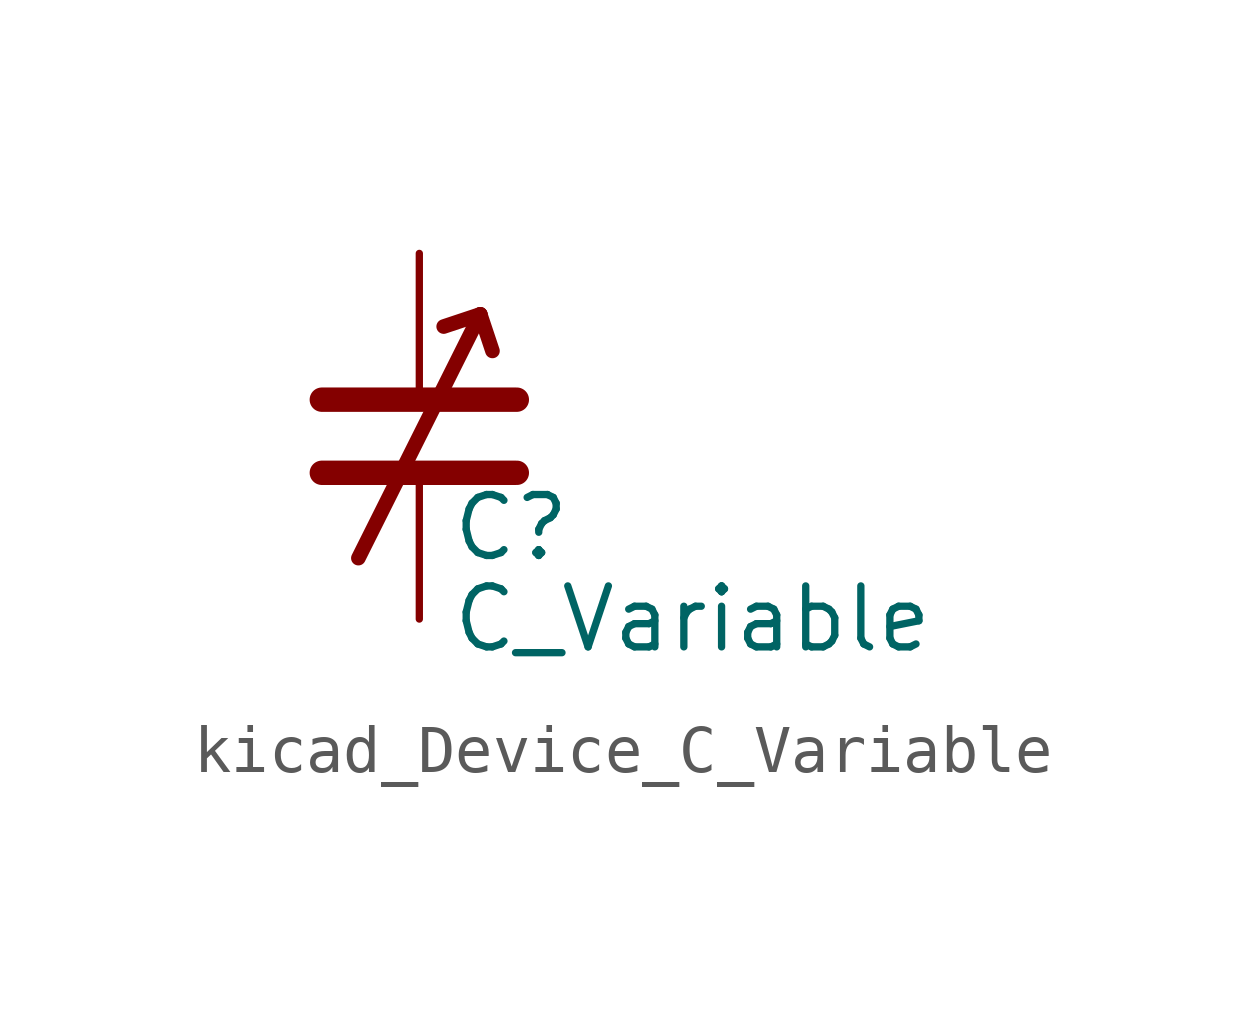
<source format=kicad_sym>
(kicad_symbol_lib
  (version 20220914)
  (generator kicad_symbol_editor)
  (symbol "kicad_Device_C_Variable"
    (pin_numbers hide)
    (pin_names
      (offset 0.254) hide)
    (property "Reference" "C"
      (at 0.635 -1.905 0)
      (effects (font (size 1.27 1.27)) (justify left)))
    (property "Value" "C_Variable"
      (at 0.635 -3.81 0)
      (effects (font (size 1.27 1.27)) (justify left)))
    (symbol "kicad_Device_C_Variable_0_1"
      (polyline (pts (xy -2.032 -0.762) (xy 2.032 -0.762)) (stroke (width 0.508) (type default)) (fill (type none)))
      (polyline (pts (xy -2.032 0.762) (xy 2.032 0.762)) (stroke (width 0.508) (type default)) (fill (type none)))
      (polyline (pts (xy 1.27 2.54) (xy -1.27 -2.54)) (stroke (width 0.305) (type default)) (fill (type none)))
      (polyline (pts (xy 1.27 2.54) (xy 0.508 2.286)) (stroke (width 0.305) (type default)) (fill (type none)))
      (polyline (pts (xy 1.27 2.54) (xy 1.524 1.778)) (stroke (width 0.305) (type default)) (fill (type none))))
    (symbol "kicad_Device_C_Variable_1_1"
      (pin passive line (at 0 3.81 270) (length 3.048) (name "~" (effects (font (size 1.27 1.27)))) (number "1" (effects (font (size 1.27 1.27)))))
      (pin passive line (at 0 -3.81 90) (length 3.048) (name "~" (effects (font (size 1.27 1.27)))) (number "2" (effects (font (size 1.27 1.27))))))))
</source>
